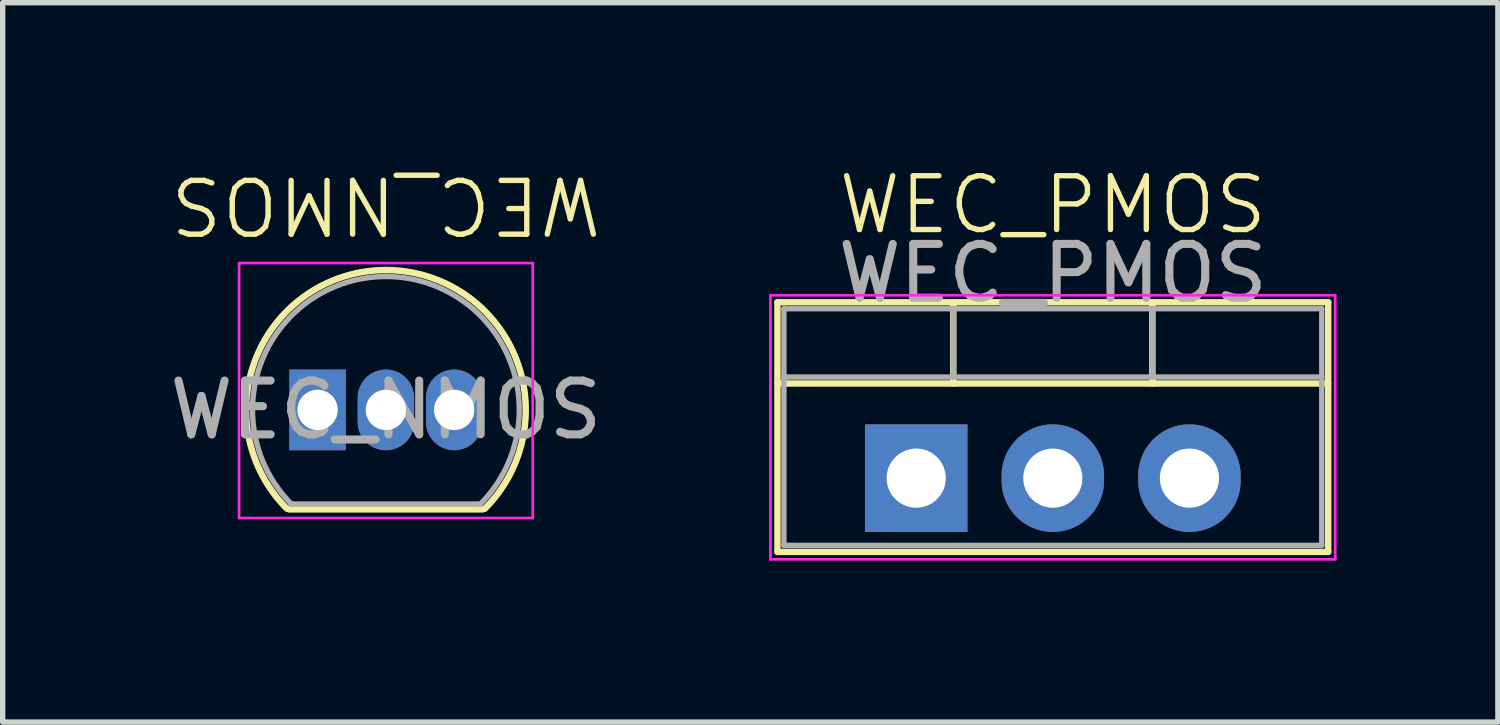
<source format=kicad_pcb>
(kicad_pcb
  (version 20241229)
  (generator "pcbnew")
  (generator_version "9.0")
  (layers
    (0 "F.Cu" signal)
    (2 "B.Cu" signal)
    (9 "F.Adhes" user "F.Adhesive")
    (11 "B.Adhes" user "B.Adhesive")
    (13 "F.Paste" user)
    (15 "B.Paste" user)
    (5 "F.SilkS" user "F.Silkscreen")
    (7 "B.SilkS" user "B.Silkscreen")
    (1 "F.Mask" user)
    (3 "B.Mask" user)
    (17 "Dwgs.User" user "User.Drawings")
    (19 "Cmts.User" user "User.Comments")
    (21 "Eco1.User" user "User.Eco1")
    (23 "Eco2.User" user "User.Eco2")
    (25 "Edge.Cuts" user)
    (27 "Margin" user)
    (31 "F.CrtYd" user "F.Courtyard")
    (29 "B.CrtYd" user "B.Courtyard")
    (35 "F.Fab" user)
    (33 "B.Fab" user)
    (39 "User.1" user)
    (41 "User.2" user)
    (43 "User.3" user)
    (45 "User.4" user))
  (footprint "WEC_PMOS"
    (layer "F.Cu")
    (at 16.525 5.84)
    (property "Reference" "WEC_PMOS" (at 0 -5.08 0) (unlocked yes) (layer "F.SilkS") (effects (font (size 1 1) (thickness 0.1))))
    (attr through_hole)
    (fp_line (start -5.12 -3.27) (end -5.12 1.371) (stroke (width 0.12) (type solid)) (layer "F.SilkS"))
    (fp_line (start -5.12 -3.27) (end 5.12 -3.27) (stroke (width 0.12) (type solid)) (layer "F.SilkS"))
    (fp_line (start -5.12 -1.76) (end 5.12 -1.76) (stroke (width 0.12) (type solid)) (layer "F.SilkS"))
    (fp_line (start -5.12 1.371) (end 5.12 1.371) (stroke (width 0.12) (type solid)) (layer "F.SilkS"))
    (fp_line (start -1.85 -3.27) (end -1.85 -1.76) (stroke (width 0.12) (type solid)) (layer "F.SilkS"))
    (fp_line (start 1.851 -3.27) (end 1.851 -1.76) (stroke (width 0.12) (type solid)) (layer "F.SilkS"))
    (fp_line (start 5.12 -3.27) (end 5.12 1.371) (stroke (width 0.12) (type solid)) (layer "F.SilkS"))
    (fp_line (start -5.25 -3.4) (end -5.25 1.51) (stroke (width 0.05) (type solid)) (layer "F.CrtYd"))
    (fp_line (start -5.25 1.51) (end 5.25 1.51) (stroke (width 0.05) (type solid)) (layer "F.CrtYd"))
    (fp_line (start 5.25 -3.4) (end -5.25 -3.4) (stroke (width 0.05) (type solid)) (layer "F.CrtYd"))
    (fp_line (start 5.25 1.51) (end 5.25 -3.4) (stroke (width 0.05) (type solid)) (layer "F.CrtYd"))
    (fp_line (start -5 -3.15) (end -5 1.25) (stroke (width 0.1) (type solid)) (layer "F.Fab"))
    (fp_line (start -5 -1.88) (end 5 -1.88) (stroke (width 0.1) (type solid)) (layer "F.Fab"))
    (fp_line (start -5 1.25) (end 5 1.25) (stroke (width 0.1) (type solid)) (layer "F.Fab"))
    (fp_line (start -1.85 -3.15) (end -1.85 -1.88) (stroke (width 0.1) (type solid)) (layer "F.Fab"))
    (fp_line (start 1.85 -3.15) (end 1.85 -1.88) (stroke (width 0.1) (type solid)) (layer "F.Fab"))
    (fp_line (start 5 -3.15) (end -5 -3.15) (stroke (width 0.1) (type solid)) (layer "F.Fab"))
    (fp_line (start 5 1.25) (end 5 -3.15) (stroke (width 0.1) (type solid)) (layer "F.Fab"))
    (fp_text user "${REFERENCE}" (at 0 -3.81 0) (unlocked yes) (layer "F.Fab") (effects (font (size 1 1) (thickness 0.15))))
    (pad "1" thru_hole oval (at 0 0) (size 1.905 2) (drill 1.1) (layers "*.Cu" "*.Mask"))
    (pad "2" thru_hole rect (at -2.54 0) (size 1.905 2) (drill 1.1) (layers "*.Cu" "*.Mask"))
    (pad "3" thru_hole oval (at 2.54 0) (size 1.905 2) (drill 1.1) (layers "*.Cu" "*.Mask")))
  (footprint "WEC_NMOS"
    (layer "F.Cu")
    (at 4.125 4.571)
    (property "Reference" "WEC_NMOS" (at 0 -3.81 180) (unlocked yes) (layer "F.SilkS") (effects (font (size 1 1) (thickness 0.1))))
    (attr through_hole)
    (fp_line (start -1.8 1.85) (end 1.8 1.85) (stroke (width 0.12) (type solid)) (layer "F.SilkS"))
    (fp_arc (start -1.838478 1.838478) (mid -2.402087 -0.994977) (end 0 -2.6) (stroke (width 0.12) (type solid)) (layer "F.SilkS"))
    (fp_arc (start 0 -2.6) (mid 2.402087 -0.994977) (end 1.838478 1.838478) (stroke (width 0.12) (type solid)) (layer "F.SilkS"))
    (fp_line (start -2.73 -2.73) (end -2.73 2.01) (stroke (width 0.05) (type solid)) (layer "F.CrtYd"))
    (fp_line (start -2.73 -2.73) (end 2.73 -2.73) (stroke (width 0.05) (type solid)) (layer "F.CrtYd"))
    (fp_line (start 2.73 2.01) (end -2.73 2.01) (stroke (width 0.05) (type solid)) (layer "F.CrtYd"))
    (fp_line (start 2.73 2.01) (end 2.73 -2.73) (stroke (width 0.05) (type solid)) (layer "F.CrtYd"))
    (fp_line (start -1.77 1.75) (end 1.73 1.75) (stroke (width 0.1) (type solid)) (layer "F.Fab"))
    (fp_arc (start -1.753625 1.753625) (mid -2.291221 -0.949055) (end 0 -2.48) (stroke (width 0.1) (type solid)) (layer "F.Fab"))
    (fp_arc (start 0 -2.48) (mid 2.291221 -0.949055) (end 1.753625 1.753625) (stroke (width 0.1) (type solid)) (layer "F.Fab"))
    (fp_text user "${REFERENCE}" (at 0 0 180) (layer "F.Fab") (effects (font (size 1 1) (thickness 0.15))))
    (pad "1" thru_hole oval (at 1.27 0) (size 1.05 1.5) (drill 0.75) (layers "*.Cu" "*.Mask"))
    (pad "2" thru_hole oval (at 0 0) (size 1.05 1.5) (drill 0.75) (layers "*.Cu" "*.Mask"))
    (pad "3" thru_hole rect (at -1.27 0) (size 1.05 1.5) (drill 0.75) (layers "*.Cu" "*.Mask")))
  (gr_rect
    (start -3 -3)
    (end 24.8 10.376)
    (stroke (width 0.1) (type default))
    (fill no)
    (layer "Edge.Cuts")))
</source>
